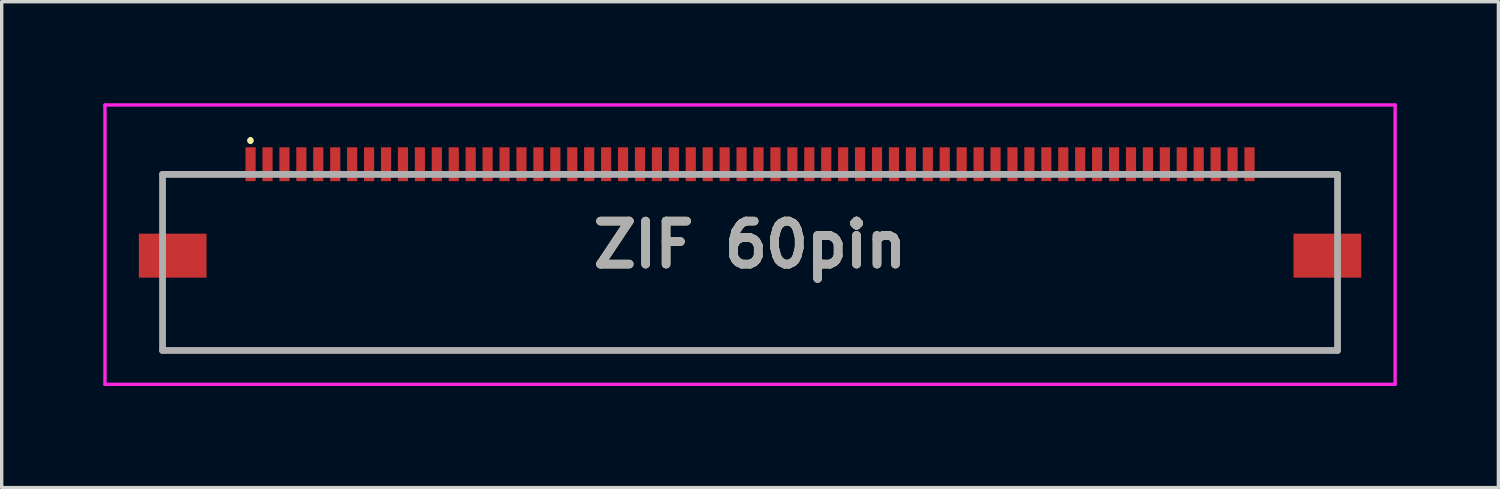
<source format=kicad_pcb>
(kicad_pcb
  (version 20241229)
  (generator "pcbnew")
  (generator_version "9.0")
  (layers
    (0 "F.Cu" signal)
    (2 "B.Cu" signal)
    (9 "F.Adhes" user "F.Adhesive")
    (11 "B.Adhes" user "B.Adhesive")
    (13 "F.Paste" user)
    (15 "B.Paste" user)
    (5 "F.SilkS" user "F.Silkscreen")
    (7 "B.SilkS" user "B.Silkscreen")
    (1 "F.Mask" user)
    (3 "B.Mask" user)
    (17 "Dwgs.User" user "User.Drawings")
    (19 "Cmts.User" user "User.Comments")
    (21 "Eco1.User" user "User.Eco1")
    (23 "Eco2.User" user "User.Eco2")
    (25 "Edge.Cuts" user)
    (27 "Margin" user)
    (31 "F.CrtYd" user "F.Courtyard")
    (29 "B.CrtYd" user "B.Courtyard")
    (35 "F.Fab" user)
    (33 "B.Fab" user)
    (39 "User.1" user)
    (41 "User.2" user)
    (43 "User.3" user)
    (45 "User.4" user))
  (footprint "ZIF 60pin"
    (layer "F.Cu")
    (at 19.1 4.55)
    (property "Reference" "ZIF 60pin" (at 0 -0.375 0) (layer "F.SilkS") (effects (font (size 1.27 1.27) (thickness 0.254))))
    (attr smd)
    (fp_line (start -17.35 -2.45) (end -17.35 -2.45) (stroke (width 0.1) (type solid)) (layer "F.SilkS"))
    (fp_line (start -17.35 -2.45) (end -17.35 -0.95) (stroke (width 0.1) (type solid)) (layer "F.SilkS"))
    (fp_line (start -17.35 1.05) (end -17.35 2.75) (stroke (width 0.1) (type solid)) (layer "F.SilkS"))
    (fp_line (start -17.35 2.75) (end 17.35 2.75) (stroke (width 0.1) (type solid)) (layer "F.SilkS"))
    (fp_line (start -14.754 -3.5) (end -14.754 -3.5) (stroke (width 0.1) (type solid)) (layer "F.SilkS"))
    (fp_line (start -14.754 -3.4) (end -14.754 -3.4) (stroke (width 0.1) (type solid)) (layer "F.SilkS"))
    (fp_line (start 17.35 -2.45) (end 17.35 -2.45) (stroke (width 0.1) (type solid)) (layer "F.SilkS"))
    (fp_line (start 17.35 -1.45) (end 17.35 -2.45) (stroke (width 0.1) (type solid)) (layer "F.SilkS"))
    (fp_line (start 17.35 2.75) (end 17.35 1.05) (stroke (width 0.1) (type solid)) (layer "F.SilkS"))
    (fp_arc (start -14.754 -3.5) (mid -14.704 -3.45) (end -14.754 -3.4) (stroke (width 0.1) (type solid)) (layer "F.SilkS"))
    (fp_arc (start -14.754 -3.4) (mid -14.804 -3.45) (end -14.754 -3.5) (stroke (width 0.1) (type solid)) (layer "F.SilkS"))
    (fp_line (start -19.05 -4.5) (end 19.05 -4.5) (stroke (width 0.1) (type solid)) (layer "F.CrtYd"))
    (fp_line (start -19.05 3.75) (end -19.05 -4.5) (stroke (width 0.1) (type solid)) (layer "F.CrtYd"))
    (fp_line (start 19.05 -4.5) (end 19.05 3.75) (stroke (width 0.1) (type solid)) (layer "F.CrtYd"))
    (fp_line (start 19.05 3.75) (end -19.05 3.75) (stroke (width 0.1) (type solid)) (layer "F.CrtYd"))
    (fp_line (start -17.35 -2.45) (end 17.35 -2.45) (stroke (width 0.2) (type solid)) (layer "F.Fab"))
    (fp_line (start -17.35 2.75) (end -17.35 -2.45) (stroke (width 0.2) (type solid)) (layer "F.Fab"))
    (fp_line (start 17.35 -2.45) (end 17.35 2.75) (stroke (width 0.2) (type solid)) (layer "F.Fab"))
    (fp_line (start 17.35 2.75) (end -17.35 2.75) (stroke (width 0.2) (type solid)) (layer "F.Fab"))
    (fp_text user "${REFERENCE}" (at 0 -0.375 0) (layer "F.Fab") (effects (font (size 1.27 1.27) (thickness 0.254))))
    (pad "1" smd rect (at -14.75 -2.75) (size 0.3 1) (layers "F.Cu" "F.Mask" "F.Paste"))
    (pad "2" smd rect (at -14.25 -2.75) (size 0.3 1) (layers "F.Cu" "F.Mask" "F.Paste"))
    (pad "3" smd rect (at -13.75 -2.75) (size 0.3 1) (layers "F.Cu" "F.Mask" "F.Paste"))
    (pad "4" smd rect (at -13.25 -2.75) (size 0.3 1) (layers "F.Cu" "F.Mask" "F.Paste"))
    (pad "5" smd rect (at -12.75 -2.75) (size 0.3 1) (layers "F.Cu" "F.Mask" "F.Paste"))
    (pad "6" smd rect (at -12.25 -2.75) (size 0.3 1) (layers "F.Cu" "F.Mask" "F.Paste"))
    (pad "7" smd rect (at -11.75 -2.75) (size 0.3 1) (layers "F.Cu" "F.Mask" "F.Paste"))
    (pad "8" smd rect (at -11.25 -2.75) (size 0.3 1) (layers "F.Cu" "F.Mask" "F.Paste"))
    (pad "9" smd rect (at -10.75 -2.75) (size 0.3 1) (layers "F.Cu" "F.Mask" "F.Paste"))
    (pad "10" smd rect (at -10.25 -2.75) (size 0.3 1) (layers "F.Cu" "F.Mask" "F.Paste"))
    (pad "11" smd rect (at -9.75 -2.75) (size 0.3 1) (layers "F.Cu" "F.Mask" "F.Paste"))
    (pad "12" smd rect (at -9.25 -2.75) (size 0.3 1) (layers "F.Cu" "F.Mask" "F.Paste"))
    (pad "13" smd rect (at -8.75 -2.75) (size 0.3 1) (layers "F.Cu" "F.Mask" "F.Paste"))
    (pad "14" smd rect (at -8.25 -2.75) (size 0.3 1) (layers "F.Cu" "F.Mask" "F.Paste"))
    (pad "15" smd rect (at -7.75 -2.75) (size 0.3 1) (layers "F.Cu" "F.Mask" "F.Paste"))
    (pad "16" smd rect (at -7.25 -2.75) (size 0.3 1) (layers "F.Cu" "F.Mask" "F.Paste"))
    (pad "17" smd rect (at -6.75 -2.75) (size 0.3 1) (layers "F.Cu" "F.Mask" "F.Paste"))
    (pad "18" smd rect (at -6.25 -2.75) (size 0.3 1) (layers "F.Cu" "F.Mask" "F.Paste"))
    (pad "19" smd rect (at -5.75 -2.75) (size 0.3 1) (layers "F.Cu" "F.Mask" "F.Paste"))
    (pad "20" smd rect (at -5.25 -2.75) (size 0.3 1) (layers "F.Cu" "F.Mask" "F.Paste"))
    (pad "21" smd rect (at -4.75 -2.75) (size 0.3 1) (layers "F.Cu" "F.Mask" "F.Paste"))
    (pad "22" smd rect (at -4.25 -2.75) (size 0.3 1) (layers "F.Cu" "F.Mask" "F.Paste"))
    (pad "23" smd rect (at -3.75 -2.75) (size 0.3 1) (layers "F.Cu" "F.Mask" "F.Paste"))
    (pad "24" smd rect (at -3.25 -2.75) (size 0.3 1) (layers "F.Cu" "F.Mask" "F.Paste"))
    (pad "25" smd rect (at -2.75 -2.75) (size 0.3 1) (layers "F.Cu" "F.Mask" "F.Paste"))
    (pad "26" smd rect (at -2.25 -2.75) (size 0.3 1) (layers "F.Cu" "F.Mask" "F.Paste"))
    (pad "27" smd rect (at -1.75 -2.75) (size 0.3 1) (layers "F.Cu" "F.Mask" "F.Paste"))
    (pad "28" smd rect (at -1.25 -2.75) (size 0.3 1) (layers "F.Cu" "F.Mask" "F.Paste"))
    (pad "29" smd rect (at -0.75 -2.75) (size 0.3 1) (layers "F.Cu" "F.Mask" "F.Paste"))
    (pad "30" smd rect (at -0.25 -2.75) (size 0.3 1) (layers "F.Cu" "F.Mask" "F.Paste"))
    (pad "31" smd rect (at 0.25 -2.75) (size 0.3 1) (layers "F.Cu" "F.Mask" "F.Paste"))
    (pad "32" smd rect (at 0.75 -2.75) (size 0.3 1) (layers "F.Cu" "F.Mask" "F.Paste"))
    (pad "33" smd rect (at 1.25 -2.75) (size 0.3 1) (layers "F.Cu" "F.Mask" "F.Paste"))
    (pad "34" smd rect (at 1.75 -2.75) (size 0.3 1) (layers "F.Cu" "F.Mask" "F.Paste"))
    (pad "35" smd rect (at 2.25 -2.75) (size 0.3 1) (layers "F.Cu" "F.Mask" "F.Paste"))
    (pad "36" smd rect (at 2.75 -2.75) (size 0.3 1) (layers "F.Cu" "F.Mask" "F.Paste"))
    (pad "37" smd rect (at 3.25 -2.75) (size 0.3 1) (layers "F.Cu" "F.Mask" "F.Paste"))
    (pad "38" smd rect (at 3.75 -2.75) (size 0.3 1) (layers "F.Cu" "F.Mask" "F.Paste"))
    (pad "39" smd rect (at 4.25 -2.75) (size 0.3 1) (layers "F.Cu" "F.Mask" "F.Paste"))
    (pad "40" smd rect (at 4.75 -2.75) (size 0.3 1) (layers "F.Cu" "F.Mask" "F.Paste"))
    (pad "41" smd rect (at 5.25 -2.75) (size 0.3 1) (layers "F.Cu" "F.Mask" "F.Paste"))
    (pad "42" smd rect (at 5.75 -2.75) (size 0.3 1) (layers "F.Cu" "F.Mask" "F.Paste"))
    (pad "43" smd rect (at 6.25 -2.75) (size 0.3 1) (layers "F.Cu" "F.Mask" "F.Paste"))
    (pad "44" smd rect (at 6.75 -2.75) (size 0.3 1) (layers "F.Cu" "F.Mask" "F.Paste"))
    (pad "45" smd rect (at 7.25 -2.75) (size 0.3 1) (layers "F.Cu" "F.Mask" "F.Paste"))
    (pad "46" smd rect (at 7.75 -2.75) (size 0.3 1) (layers "F.Cu" "F.Mask" "F.Paste"))
    (pad "47" smd rect (at 8.25 -2.75) (size 0.3 1) (layers "F.Cu" "F.Mask" "F.Paste"))
    (pad "48" smd rect (at 8.75 -2.75) (size 0.3 1) (layers "F.Cu" "F.Mask" "F.Paste"))
    (pad "49" smd rect (at 9.25 -2.75) (size 0.3 1) (layers "F.Cu" "F.Mask" "F.Paste"))
    (pad "50" smd rect (at 9.75 -2.75) (size 0.3 1) (layers "F.Cu" "F.Mask" "F.Paste"))
    (pad "51" smd rect (at 10.25 -2.75) (size 0.3 1) (layers "F.Cu" "F.Mask" "F.Paste"))
    (pad "52" smd rect (at 10.75 -2.75) (size 0.3 1) (layers "F.Cu" "F.Mask" "F.Paste"))
    (pad "53" smd rect (at 11.25 -2.75) (size 0.3 1) (layers "F.Cu" "F.Mask" "F.Paste"))
    (pad "54" smd rect (at 11.75 -2.75) (size 0.3 1) (layers "F.Cu" "F.Mask" "F.Paste"))
    (pad "55" smd rect (at 12.25 -2.75) (size 0.3 1) (layers "F.Cu" "F.Mask" "F.Paste"))
    (pad "56" smd rect (at 12.75 -2.75) (size 0.3 1) (layers "F.Cu" "F.Mask" "F.Paste"))
    (pad "57" smd rect (at 13.25 -2.75) (size 0.3 1) (layers "F.Cu" "F.Mask" "F.Paste"))
    (pad "58" smd rect (at 13.75 -2.75) (size 0.3 1) (layers "F.Cu" "F.Mask" "F.Paste"))
    (pad "59" smd rect (at 14.25 -2.75) (size 0.3 1) (layers "F.Cu" "F.Mask" "F.Paste"))
    (pad "60" smd rect (at 14.75 -2.75) (size 0.3 1) (layers "F.Cu" "F.Mask" "F.Paste"))
    (pad "MP1" smd rect (at -17.05 -0.05 90) (size 1.3 2) (layers "F.Cu" "F.Mask" "F.Paste"))
    (pad "MP2" smd rect (at 17.05 -0.05 90) (size 1.3 2) (layers "F.Cu" "F.Mask" "F.Paste")))
  (gr_rect
    (start -3 -3)
    (end 41.2 11.35)
    (stroke (width 0.1) (type default))
    (fill no)
    (layer "Edge.Cuts")))
</source>
